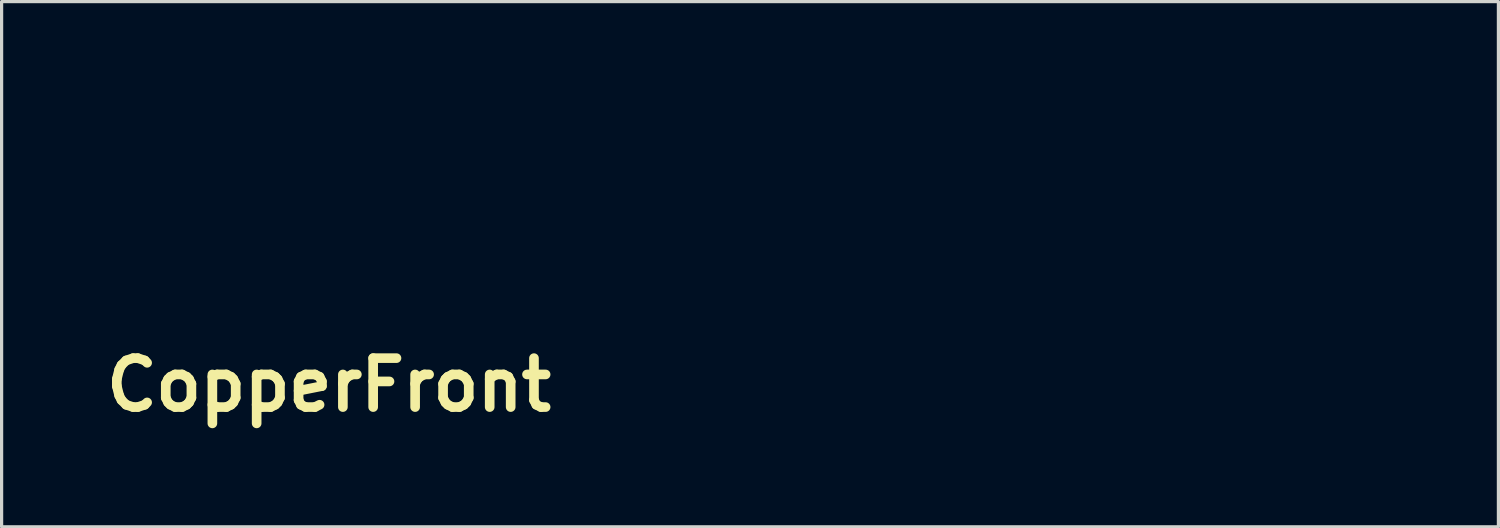
<source format=kicad_pcb>
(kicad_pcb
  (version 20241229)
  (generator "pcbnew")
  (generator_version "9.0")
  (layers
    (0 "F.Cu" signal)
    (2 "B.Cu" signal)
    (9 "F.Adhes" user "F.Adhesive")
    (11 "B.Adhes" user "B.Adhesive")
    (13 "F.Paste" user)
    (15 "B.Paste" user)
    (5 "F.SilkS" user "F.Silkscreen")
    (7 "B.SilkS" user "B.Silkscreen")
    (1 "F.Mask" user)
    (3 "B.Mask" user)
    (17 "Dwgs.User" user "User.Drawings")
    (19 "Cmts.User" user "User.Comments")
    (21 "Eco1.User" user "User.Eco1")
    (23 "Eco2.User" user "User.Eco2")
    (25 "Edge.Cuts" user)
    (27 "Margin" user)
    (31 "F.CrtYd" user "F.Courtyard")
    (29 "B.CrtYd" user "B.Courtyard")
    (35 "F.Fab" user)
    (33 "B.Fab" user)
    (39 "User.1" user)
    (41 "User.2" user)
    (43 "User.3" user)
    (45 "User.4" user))
  (footprint "CopperFront"
    (layer "F.Cu")
    (at 7.192 8.937)
    (property "Reference" "CopperFront" (at 0 0 0) (layer "F.SilkS") (effects (font (size 1.524 1.524) (thickness 0.3))))
    (attr through_hole)
    (fp_poly (pts (xy 31.097 -7.718) (xy 30.997 -7.665) (xy 30.918 -7.625) (xy 30.777 -7.556) (xy 30.574 -7.459) (xy 30.306 -7.332) (xy 29.973 -7.175) (xy 29.574 -6.988) (xy 29.52 -6.962) (xy 29.349 -6.88) (xy 29.205 -6.806) (xy 29.099 -6.747) (xy 29.044 -6.71) (xy 29.039 -6.704) (xy 29.061 -6.663) (xy 29.127 -6.616) (xy 29.128 -6.616) (xy 29.194 -6.583) (xy 29.32 -6.521) (xy 29.499 -6.434) (xy 29.724 -6.324) (xy 29.988 -6.196) (xy 30.283 -6.053) (xy 30.603 -5.898) (xy 30.94 -5.734) (xy 31.288 -5.566) (xy 31.639 -5.396) (xy 31.986 -5.229) (xy 32.245 -5.104) (xy 32.494 -4.983) (xy 32.723 -4.873) (xy 32.918 -4.778) (xy 33.07 -4.705) (xy 33.165 -4.658) (xy 33.401 -4.543) (xy 33.411 -3.965) (xy 33.414 -3.723) (xy 33.412 -3.555) (xy 33.404 -3.451) (xy 33.39 -3.4) (xy 33.375 -3.39) (xy 33.327 -3.407) (xy 33.224 -3.45) (xy 33.079 -3.515) (xy 32.903 -3.596) (xy 32.766 -3.661) (xy 32.6 -3.739) (xy 32.379 -3.843) (xy 32.114 -3.968) (xy 31.818 -4.107) (xy 31.502 -4.256) (xy 31.179 -4.408) (xy 30.883 -4.547) (xy 30.581 -4.689) (xy 30.29 -4.826) (xy 30.02 -4.953) (xy 29.78 -5.067) (xy 29.579 -5.162) (xy 29.426 -5.235) (xy 29.331 -5.281) (xy 29.323 -5.285) (xy 29.222 -5.334) (xy 29.066 -5.408) (xy 28.867 -5.502) (xy 28.639 -5.609) (xy 28.393 -5.723) (xy 28.222 -5.803) (xy 27.36 -6.202) (xy 27.359 -7.181) (xy 29.056 -7.978) (xy 29.394 -8.137) (xy 29.716 -8.288) (xy 30.016 -8.428) (xy 30.285 -8.555) (xy 30.517 -8.663) (xy 30.705 -8.751) (xy 30.841 -8.815) (xy 30.918 -8.85) (xy 30.924 -8.853) (xy 31.097 -8.932) (xy 31.097 -7.718)) (stroke (width 0.01) (type solid)) (fill no) (layer "Eco1.User")))
  (gr_rect
    (start -3 -3)
    (end 43.611 13.355)
    (stroke (width 0.1) (type default))
    (fill no)
    (layer "Edge.Cuts")))
</source>
